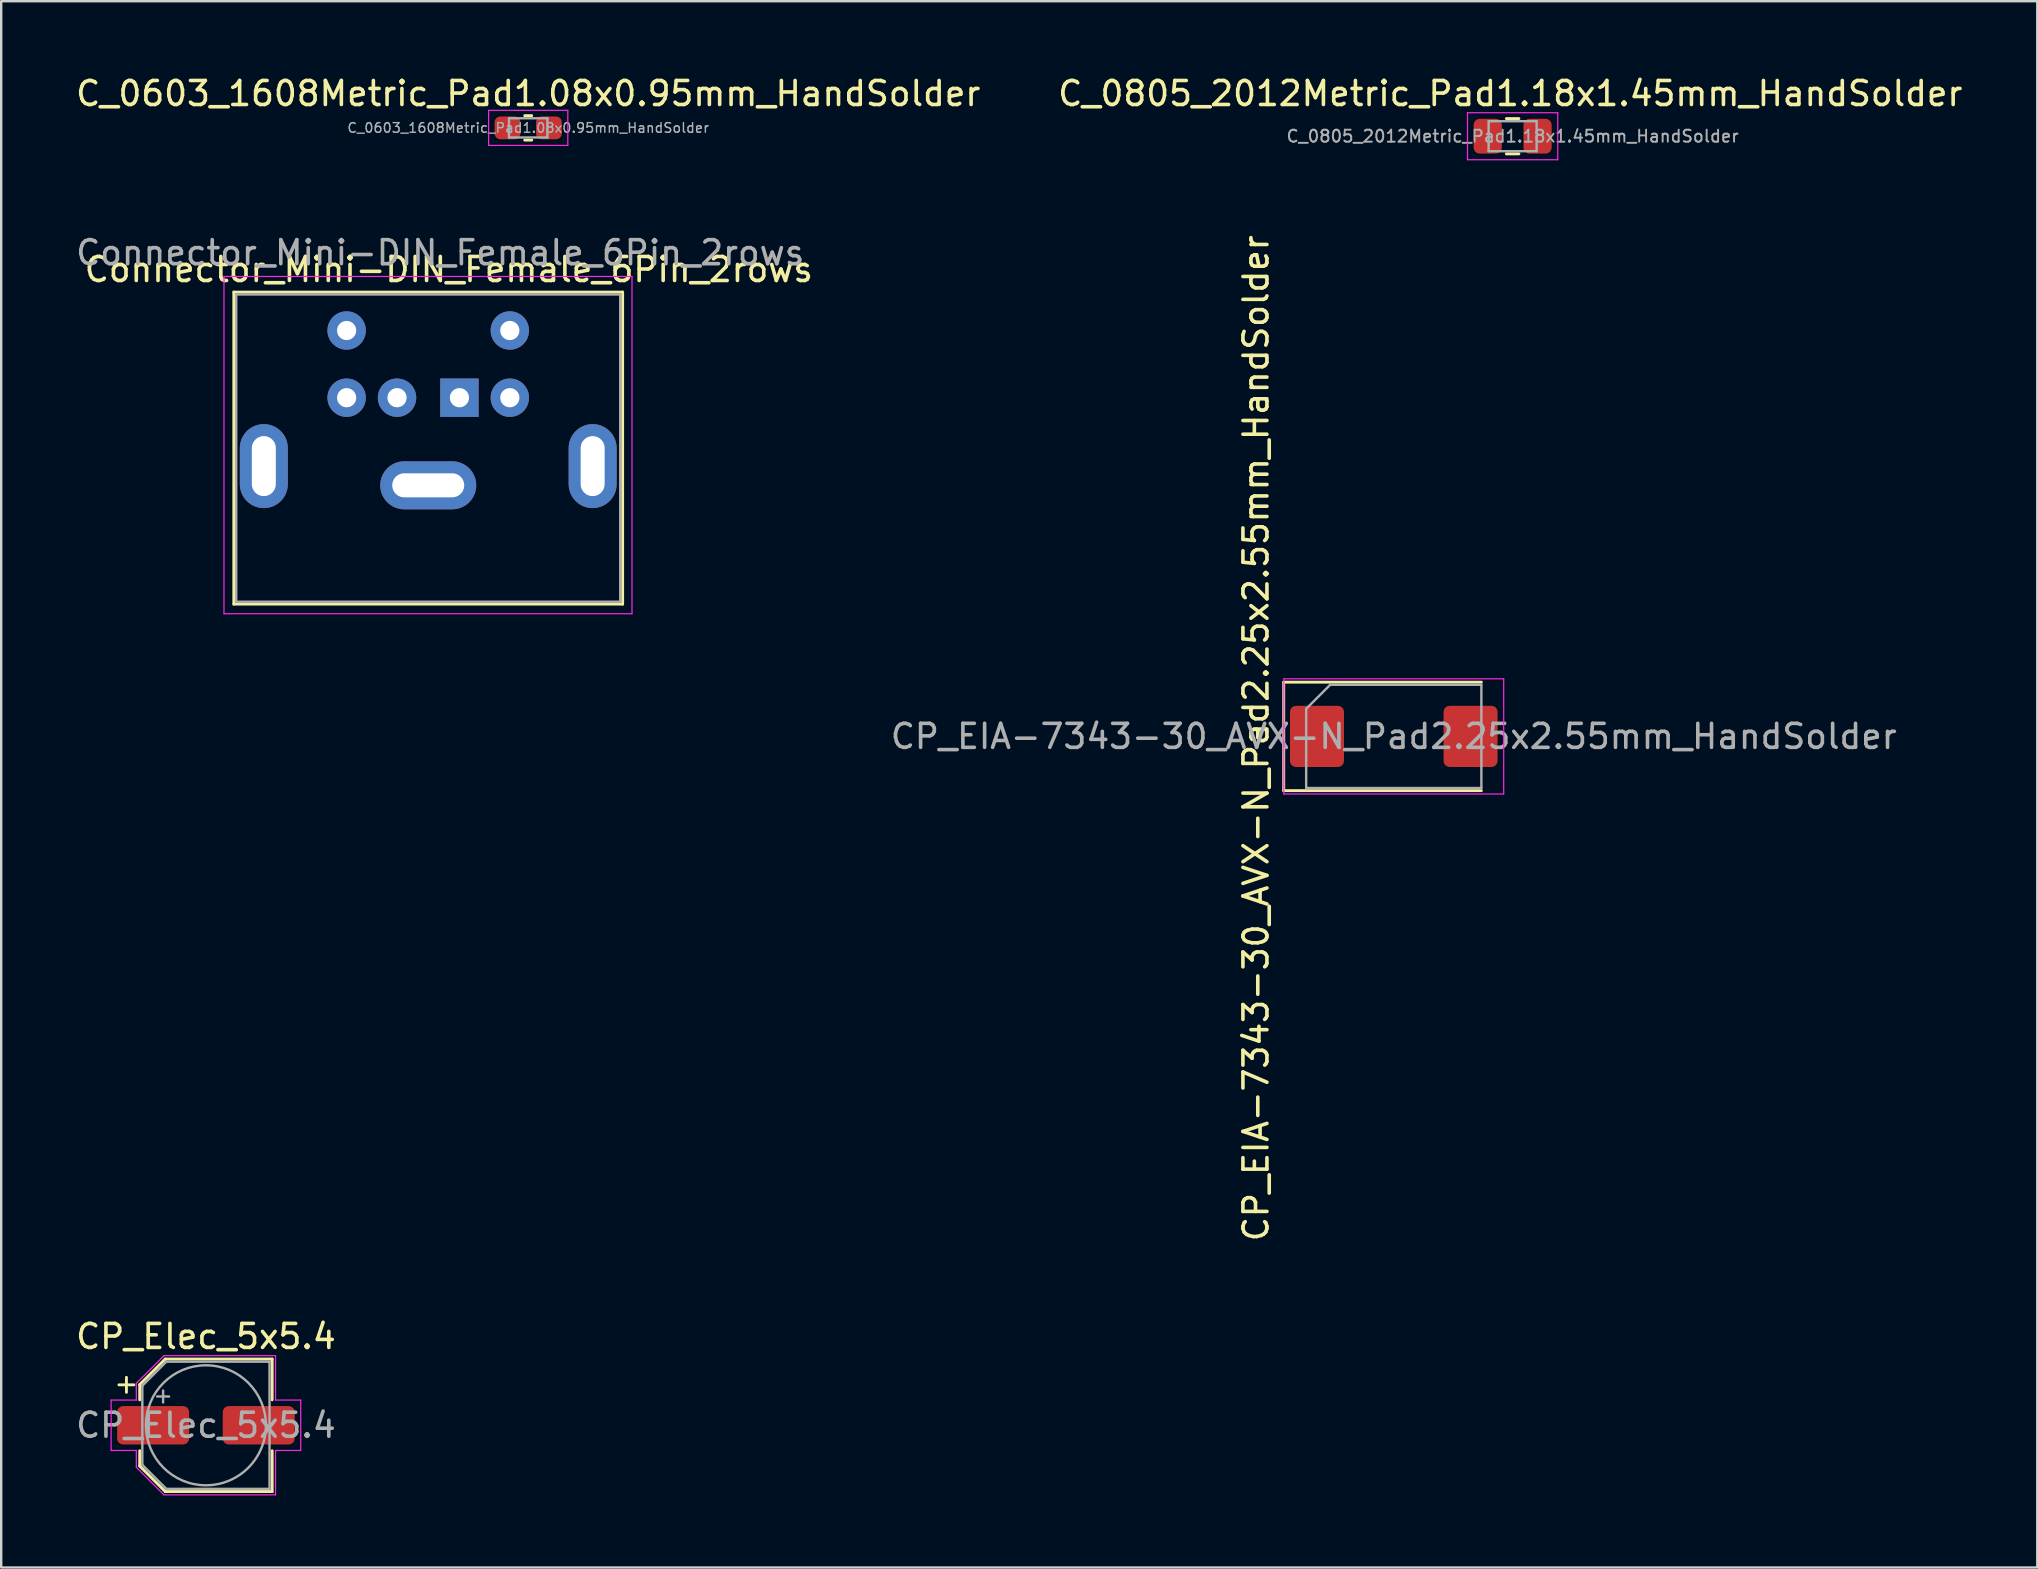
<source format=kicad_pcb>
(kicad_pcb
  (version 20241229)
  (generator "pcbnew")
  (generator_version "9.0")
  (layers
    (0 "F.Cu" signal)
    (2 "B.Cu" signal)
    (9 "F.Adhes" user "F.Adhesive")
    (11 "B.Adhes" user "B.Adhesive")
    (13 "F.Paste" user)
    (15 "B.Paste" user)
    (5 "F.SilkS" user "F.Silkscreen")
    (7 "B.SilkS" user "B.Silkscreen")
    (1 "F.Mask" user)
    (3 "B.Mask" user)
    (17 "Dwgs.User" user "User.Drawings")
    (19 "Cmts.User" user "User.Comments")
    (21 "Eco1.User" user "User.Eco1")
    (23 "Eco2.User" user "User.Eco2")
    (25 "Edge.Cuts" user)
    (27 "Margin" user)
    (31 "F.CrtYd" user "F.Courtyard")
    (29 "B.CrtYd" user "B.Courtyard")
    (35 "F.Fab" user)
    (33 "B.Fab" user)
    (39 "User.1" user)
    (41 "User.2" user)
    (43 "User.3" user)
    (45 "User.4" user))
  (footprint "CP_EIA-7343-30_AVX-N_Pad2.25x2.55mm_HandSolder"
    (layer "F.Cu")
    (at 55.021 27.632)
    (property "Reference" "CP_EIA-7343-30_AVX-N_Pad2.25x2.55mm_HandSolder" (at -5.74 0.076 90) (layer "F.SilkS") (effects (font (size 1 1) (thickness 0.15))))
    (attr smd)
    (fp_line (start -4.585 -2.26) (end -4.585 2.26) (stroke (width 0.12) (type solid)) (layer "F.SilkS"))
    (fp_line (start -4.585 2.26) (end 3.65 2.26) (stroke (width 0.12) (type solid)) (layer "F.SilkS"))
    (fp_line (start 3.65 -2.26) (end -4.585 -2.26) (stroke (width 0.12) (type solid)) (layer "F.SilkS"))
    (fp_line (start -4.58 -2.4) (end 4.58 -2.4) (stroke (width 0.05) (type solid)) (layer "F.CrtYd"))
    (fp_line (start -4.58 2.4) (end -4.58 -2.4) (stroke (width 0.05) (type solid)) (layer "F.CrtYd"))
    (fp_line (start 4.58 -2.4) (end 4.58 2.4) (stroke (width 0.05) (type solid)) (layer "F.CrtYd"))
    (fp_line (start 4.58 2.4) (end -4.58 2.4) (stroke (width 0.05) (type solid)) (layer "F.CrtYd"))
    (fp_line (start -3.65 -1.15) (end -3.65 2.15) (stroke (width 0.1) (type solid)) (layer "F.Fab"))
    (fp_line (start -3.65 2.15) (end 3.65 2.15) (stroke (width 0.1) (type solid)) (layer "F.Fab"))
    (fp_line (start -2.65 -2.15) (end -3.65 -1.15) (stroke (width 0.1) (type solid)) (layer "F.Fab"))
    (fp_line (start 3.65 -2.15) (end -2.65 -2.15) (stroke (width 0.1) (type solid)) (layer "F.Fab"))
    (fp_line (start 3.65 2.15) (end 3.65 -2.15) (stroke (width 0.1) (type solid)) (layer "F.Fab"))
    (fp_text user "${REFERENCE}" (at 0 0 0) (layer "F.Fab") (effects (font (size 1 1) (thickness 0.15))))
    (pad "1" smd roundrect (at -3.2 0) (size 2.25 2.55) (layers "F.Cu" "F.Mask" "F.Paste") (roundrect_rratio 0.111))
    (pad "2" smd roundrect (at 3.2 0) (size 2.25 2.55) (layers "F.Cu" "F.Mask" "F.Paste") (roundrect_rratio 0.111)))
  (footprint "C_0603_1608Metric_Pad1.08x0.95mm_HandSolder"
    (layer "F.Cu")
    (at 18.958 2.278)
    (property "Reference" "C_0603_1608Metric_Pad1.08x0.95mm_HandSolder" (at 0 -1.43 0) (layer "F.SilkS") (effects (font (size 1 1) (thickness 0.15))))
    (attr smd)
    (fp_line (start -0.146 -0.51) (end 0.146 -0.51) (stroke (width 0.12) (type solid)) (layer "F.SilkS"))
    (fp_line (start -0.146 0.51) (end 0.146 0.51) (stroke (width 0.12) (type solid)) (layer "F.SilkS"))
    (fp_line (start -1.65 -0.73) (end 1.65 -0.73) (stroke (width 0.05) (type solid)) (layer "F.CrtYd"))
    (fp_line (start -1.65 0.73) (end -1.65 -0.73) (stroke (width 0.05) (type solid)) (layer "F.CrtYd"))
    (fp_line (start 1.65 -0.73) (end 1.65 0.73) (stroke (width 0.05) (type solid)) (layer "F.CrtYd"))
    (fp_line (start 1.65 0.73) (end -1.65 0.73) (stroke (width 0.05) (type solid)) (layer "F.CrtYd"))
    (fp_line (start -0.8 -0.4) (end 0.8 -0.4) (stroke (width 0.1) (type solid)) (layer "F.Fab"))
    (fp_line (start -0.8 0.4) (end -0.8 -0.4) (stroke (width 0.1) (type solid)) (layer "F.Fab"))
    (fp_line (start 0.8 -0.4) (end 0.8 0.4) (stroke (width 0.1) (type solid)) (layer "F.Fab"))
    (fp_line (start 0.8 0.4) (end -0.8 0.4) (stroke (width 0.1) (type solid)) (layer "F.Fab"))
    (fp_text user "${REFERENCE}" (at 0 0 0) (layer "F.Fab") (effects (font (size 0.4 0.4) (thickness 0.06))))
    (pad "1" smd roundrect (at -0.863 0) (size 1.075 0.95) (layers "F.Cu" "F.Mask" "F.Paste") (roundrect_rratio 0.25))
    (pad "2" smd roundrect (at 0.863 0) (size 1.075 0.95) (layers "F.Cu" "F.Mask" "F.Paste") (roundrect_rratio 0.25)))
  (footprint "C_0805_2012Metric_Pad1.18x1.45mm_HandSolder"
    (layer "F.Cu")
    (at 59.973 2.626)
    (property "Reference" "C_0805_2012Metric_Pad1.18x1.45mm_HandSolder" (at -0.098 -1.778 180) (layer "F.SilkS") (effects (font (size 1 1) (thickness 0.15))))
    (attr smd)
    (fp_line (start -0.261 -0.735) (end 0.261 -0.735) (stroke (width 0.12) (type solid)) (layer "F.SilkS"))
    (fp_line (start -0.261 0.735) (end 0.261 0.735) (stroke (width 0.12) (type solid)) (layer "F.SilkS"))
    (fp_line (start -1.88 -0.98) (end 1.88 -0.98) (stroke (width 0.05) (type solid)) (layer "F.CrtYd"))
    (fp_line (start -1.88 0.98) (end -1.88 -0.98) (stroke (width 0.05) (type solid)) (layer "F.CrtYd"))
    (fp_line (start 1.88 -0.98) (end 1.88 0.98) (stroke (width 0.05) (type solid)) (layer "F.CrtYd"))
    (fp_line (start 1.88 0.98) (end -1.88 0.98) (stroke (width 0.05) (type solid)) (layer "F.CrtYd"))
    (fp_line (start -1 -0.625) (end 1 -0.625) (stroke (width 0.1) (type solid)) (layer "F.Fab"))
    (fp_line (start -1 0.625) (end -1 -0.625) (stroke (width 0.1) (type solid)) (layer "F.Fab"))
    (fp_line (start 1 -0.625) (end 1 0.625) (stroke (width 0.1) (type solid)) (layer "F.Fab"))
    (fp_line (start 1 0.625) (end -1 0.625) (stroke (width 0.1) (type solid)) (layer "F.Fab"))
    (fp_text user "${REFERENCE}" (at 0 0 180) (layer "F.Fab") (effects (font (size 0.5 0.5) (thickness 0.08))))
    (pad "1" smd roundrect (at -1.038 0) (size 1.175 1.45) (layers "F.Cu" "F.Mask" "F.Paste") (roundrect_rratio 0.213))
    (pad "2" smd roundrect (at 1.038 0) (size 1.175 1.45) (layers "F.Cu" "F.Mask" "F.Paste") (roundrect_rratio 0.213)))
  (footprint "CP_Elec_5x5.4"
    (layer "F.Cu")
    (at 5.53 56.334)
    (property "Reference" "CP_Elec_5x5.4" (at 0 -3.7 0) (layer "F.SilkS") (effects (font (size 1 1) (thickness 0.15))))
    (attr smd)
    (fp_line (start -3.625 -1.685) (end -3 -1.685) (stroke (width 0.12) (type solid)) (layer "F.SilkS"))
    (fp_line (start -3.312 -1.998) (end -3.312 -1.373) (stroke (width 0.12) (type solid)) (layer "F.SilkS"))
    (fp_line (start -2.76 -1.696) (end -2.76 -1.06) (stroke (width 0.12) (type solid)) (layer "F.SilkS"))
    (fp_line (start -2.76 -1.696) (end -1.696 -2.76) (stroke (width 0.12) (type solid)) (layer "F.SilkS"))
    (fp_line (start -2.76 1.696) (end -2.76 1.06) (stroke (width 0.12) (type solid)) (layer "F.SilkS"))
    (fp_line (start -2.76 1.696) (end -1.696 2.76) (stroke (width 0.12) (type solid)) (layer "F.SilkS"))
    (fp_line (start -1.696 -2.76) (end 2.76 -2.76) (stroke (width 0.12) (type solid)) (layer "F.SilkS"))
    (fp_line (start -1.696 2.76) (end 2.76 2.76) (stroke (width 0.12) (type solid)) (layer "F.SilkS"))
    (fp_line (start 2.76 -2.76) (end 2.76 -1.06) (stroke (width 0.12) (type solid)) (layer "F.SilkS"))
    (fp_line (start 2.76 2.76) (end 2.76 1.06) (stroke (width 0.12) (type solid)) (layer "F.SilkS"))
    (fp_line (start -3.95 -1.05) (end -3.95 1.05) (stroke (width 0.05) (type solid)) (layer "F.CrtYd"))
    (fp_line (start -3.95 1.05) (end -2.9 1.05) (stroke (width 0.05) (type solid)) (layer "F.CrtYd"))
    (fp_line (start -2.9 -1.75) (end -2.9 -1.05) (stroke (width 0.05) (type solid)) (layer "F.CrtYd"))
    (fp_line (start -2.9 -1.75) (end -1.75 -2.9) (stroke (width 0.05) (type solid)) (layer "F.CrtYd"))
    (fp_line (start -2.9 -1.05) (end -3.95 -1.05) (stroke (width 0.05) (type solid)) (layer "F.CrtYd"))
    (fp_line (start -2.9 1.05) (end -2.9 1.75) (stroke (width 0.05) (type solid)) (layer "F.CrtYd"))
    (fp_line (start -2.9 1.75) (end -1.75 2.9) (stroke (width 0.05) (type solid)) (layer "F.CrtYd"))
    (fp_line (start -1.75 -2.9) (end 2.9 -2.9) (stroke (width 0.05) (type solid)) (layer "F.CrtYd"))
    (fp_line (start -1.75 2.9) (end 2.9 2.9) (stroke (width 0.05) (type solid)) (layer "F.CrtYd"))
    (fp_line (start 2.9 -2.9) (end 2.9 -1.05) (stroke (width 0.05) (type solid)) (layer "F.CrtYd"))
    (fp_line (start 2.9 -1.05) (end 3.95 -1.05) (stroke (width 0.05) (type solid)) (layer "F.CrtYd"))
    (fp_line (start 2.9 1.05) (end 2.9 2.9) (stroke (width 0.05) (type solid)) (layer "F.CrtYd"))
    (fp_line (start 3.95 -1.05) (end 3.95 1.05) (stroke (width 0.05) (type solid)) (layer "F.CrtYd"))
    (fp_line (start 3.95 1.05) (end 2.9 1.05) (stroke (width 0.05) (type solid)) (layer "F.CrtYd"))
    (fp_line (start -2.65 -1.65) (end -2.65 1.65) (stroke (width 0.1) (type solid)) (layer "F.Fab"))
    (fp_line (start -2.65 -1.65) (end -1.65 -2.65) (stroke (width 0.1) (type solid)) (layer "F.Fab"))
    (fp_line (start -2.65 1.65) (end -1.65 2.65) (stroke (width 0.1) (type solid)) (layer "F.Fab"))
    (fp_line (start -2.034 -1.2) (end -1.534 -1.2) (stroke (width 0.1) (type solid)) (layer "F.Fab"))
    (fp_line (start -1.784 -1.45) (end -1.784 -0.95) (stroke (width 0.1) (type solid)) (layer "F.Fab"))
    (fp_line (start -1.65 -2.65) (end 2.65 -2.65) (stroke (width 0.1) (type solid)) (layer "F.Fab"))
    (fp_line (start -1.65 2.65) (end 2.65 2.65) (stroke (width 0.1) (type solid)) (layer "F.Fab"))
    (fp_line (start 2.65 -2.65) (end 2.65 2.65) (stroke (width 0.1) (type solid)) (layer "F.Fab"))
    (fp_circle (center 0 0) (end 2.5 0) (stroke (width 0.1) (type solid)) (fill no) (layer "F.Fab"))
    (fp_text user "${REFERENCE}" (at 0 0 0) (layer "F.Fab") (effects (font (size 1 1) (thickness 0.15))))
    (pad "1" smd roundrect (at -2.2 0) (size 3 1.6) (layers "F.Cu" "F.Mask" "F.Paste") (roundrect_rratio 0.156))
    (pad "2" smd roundrect (at 2.2 0) (size 3 1.6) (layers "F.Cu" "F.Mask" "F.Paste") (roundrect_rratio 0.156)))
  (footprint "Connector_Mini-DIN_Female_6Pin_2rows"
    (layer "F.Cu")
    (at 16.092 13.52)
    (property "Reference" "Connector_Mini-DIN_Female_6Pin_2rows" (at -0.44 -5.34 0) (layer "F.SilkS") (effects (font (size 1 1) (thickness 0.15))))
    (attr through_hole)
    (fp_line (start -9.4 -4.4) (end -9.4 8.6) (stroke (width 0.12) (type solid)) (layer "F.SilkS"))
    (fp_line (start -9.4 -4.4) (end 6.8 -4.4) (stroke (width 0.12) (type solid)) (layer "F.SilkS"))
    (fp_line (start -9.4 8.6) (end 6.8 8.6) (stroke (width 0.12) (type solid)) (layer "F.SilkS"))
    (fp_line (start 6.8 -4.4) (end 6.8 8.6) (stroke (width 0.12) (type solid)) (layer "F.SilkS"))
    (fp_line (start -9.81 -5.05) (end -9.81 9) (stroke (width 0.05) (type solid)) (layer "F.CrtYd"))
    (fp_line (start -9.81 -5.05) (end 7.19 -5.05) (stroke (width 0.05) (type solid)) (layer "F.CrtYd"))
    (fp_line (start 7.19 9) (end -9.81 9) (stroke (width 0.05) (type solid)) (layer "F.CrtYd"))
    (fp_line (start 7.19 9) (end 7.19 -5.05) (stroke (width 0.05) (type solid)) (layer "F.CrtYd"))
    (fp_line (start -9.3 -4.3) (end 6.7 -4.3) (stroke (width 0.1) (type solid)) (layer "F.Fab"))
    (fp_line (start -9.3 8.5) (end -9.3 -4.3) (stroke (width 0.1) (type solid)) (layer "F.Fab"))
    (fp_line (start 6.7 -4.3) (end 6.7 8.5) (stroke (width 0.1) (type solid)) (layer "F.Fab"))
    (fp_line (start 6.7 8.5) (end -9.3 8.5) (stroke (width 0.1) (type solid)) (layer "F.Fab"))
    (fp_text user "${REFERENCE}" (at -0.8 -6.04 0) (layer "F.Fab") (effects (font (size 1 1) (thickness 0.15))))
    (pad "1" thru_hole rect (at 0 0) (size 1.6 1.6) (drill 0.8) (layers "*.Cu" "*.Mask"))
    (pad "2" thru_hole circle (at -2.6 0) (size 1.6 1.6) (drill 0.8) (layers "*.Cu" "*.Mask"))
    (pad "3" thru_hole circle (at 2.1 0) (size 1.6 1.6) (drill 0.8) (layers "*.Cu" "*.Mask"))
    (pad "4" thru_hole circle (at -4.7 0) (size 1.6 1.6) (drill 0.8) (layers "*.Cu" "*.Mask"))
    (pad "5" thru_hole circle (at 2.1 -2.8) (size 1.6 1.6) (drill 0.8) (layers "*.Cu" "*.Mask"))
    (pad "6" thru_hole circle (at -4.7 -2.8) (size 1.6 1.6) (drill 0.8) (layers "*.Cu" "*.Mask"))
    (pad "7" thru_hole oval (at -8.15 2.85) (size 2 3.5) (drill oval 1 2.5) (layers "*.Cu" "*.Mask"))
    (pad "7" thru_hole oval (at -1.3 3.65) (size 4 2) (drill oval 3 1) (layers "*.Cu" "*.Mask"))
    (pad "7" thru_hole oval (at 5.55 2.85) (size 2 3.5) (drill oval 1 2.5) (layers "*.Cu" "*.Mask")))
  (gr_rect
    (start -3 -3)
    (end 81.833 62.259)
    (stroke (width 0.1) (type default))
    (fill no)
    (layer "Edge.Cuts")))
</source>
